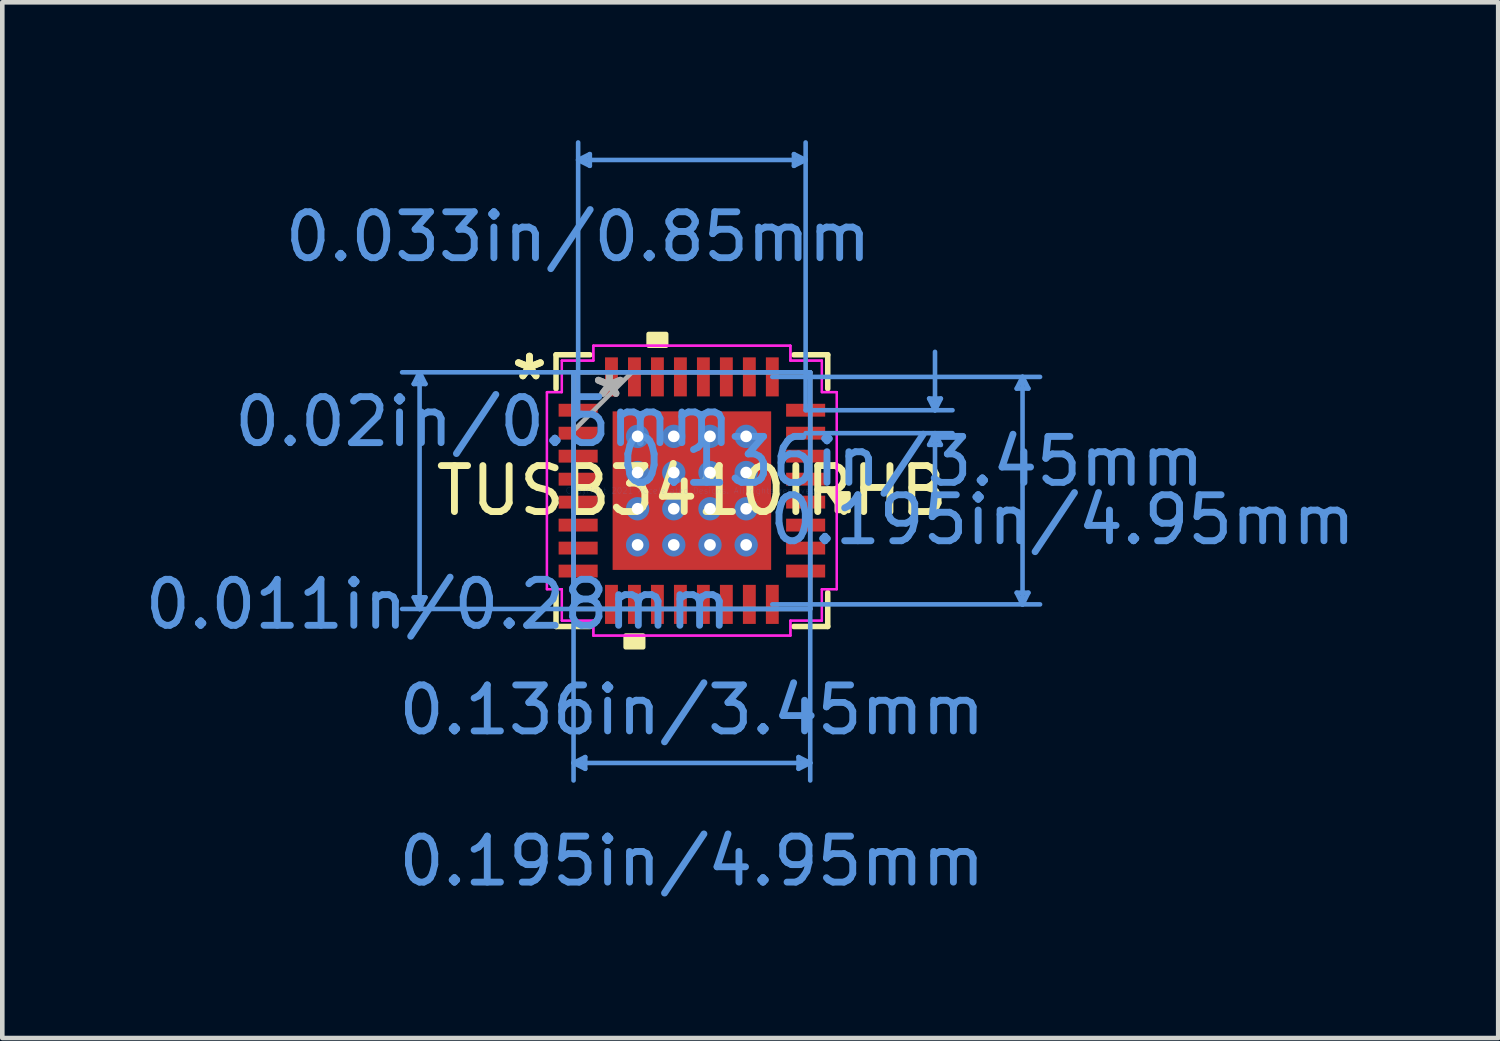
<source format=kicad_pcb>
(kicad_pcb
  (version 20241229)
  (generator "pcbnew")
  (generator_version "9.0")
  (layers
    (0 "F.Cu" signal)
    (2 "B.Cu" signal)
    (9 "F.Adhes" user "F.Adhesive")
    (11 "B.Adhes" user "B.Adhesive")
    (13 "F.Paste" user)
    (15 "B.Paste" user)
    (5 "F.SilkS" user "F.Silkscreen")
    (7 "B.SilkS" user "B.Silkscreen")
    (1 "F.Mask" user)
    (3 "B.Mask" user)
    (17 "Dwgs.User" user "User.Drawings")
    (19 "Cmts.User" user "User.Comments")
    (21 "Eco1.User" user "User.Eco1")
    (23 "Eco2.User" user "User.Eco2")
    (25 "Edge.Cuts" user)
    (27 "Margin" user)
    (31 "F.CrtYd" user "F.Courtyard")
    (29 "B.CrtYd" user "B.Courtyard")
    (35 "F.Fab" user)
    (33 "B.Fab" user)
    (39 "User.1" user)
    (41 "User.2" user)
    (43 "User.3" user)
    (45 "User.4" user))
  (footprint "TUSB3410IRHB"
    (layer "F.Cu")
    (at 12.005 7.626)
    (property "Reference" "TUSB3410IRHB" (at 0 0 0) (layer "F.SilkS") (effects (font (size 1 1) (thickness 0.15))))
    (attr through_hole)
    (fp_poly (pts (xy -1.788 -1.788) (xy -1.381 -1.788) (xy -1.381 1.788) (xy -1.788 1.788)) (stroke (width 0.1) (type solid)) (fill yes) (layer "F.Mask"))
    (fp_poly (pts (xy -1.788 -1.788) (xy 1.788 -1.788) (xy 1.788 -1.381) (xy -1.788 -1.381)) (stroke (width 0.1) (type solid)) (fill yes) (layer "F.Mask"))
    (fp_poly (pts (xy -1.788 -0.981) (xy 1.788 -0.981) (xy 1.788 -0.594) (xy -1.788 -0.594)) (stroke (width 0.1) (type solid)) (fill yes) (layer "F.Mask"))
    (fp_poly (pts (xy -1.788 -0.194) (xy 1.788 -0.194) (xy 1.788 0.194) (xy -1.788 0.194)) (stroke (width 0.1) (type solid)) (fill yes) (layer "F.Mask"))
    (fp_poly (pts (xy -1.788 0.594) (xy 1.788 0.594) (xy 1.788 0.981) (xy -1.788 0.981)) (stroke (width 0.1) (type solid)) (fill yes) (layer "F.Mask"))
    (fp_poly (pts (xy -1.788 1.381) (xy 1.788 1.381) (xy 1.788 1.788) (xy -1.788 1.788)) (stroke (width 0.1) (type solid)) (fill yes) (layer "F.Mask"))
    (fp_poly (pts (xy -0.594 -1.788) (xy -0.981 -1.788) (xy -0.981 1.788) (xy -0.594 1.788)) (stroke (width 0.1) (type solid)) (fill yes) (layer "F.Mask"))
    (fp_poly (pts (xy 0.194 -1.788) (xy -0.194 -1.788) (xy -0.194 1.788) (xy 0.194 1.788)) (stroke (width 0.1) (type solid)) (fill yes) (layer "F.Mask"))
    (fp_poly (pts (xy 0.981 -1.788) (xy 0.594 -1.788) (xy 0.594 1.788) (xy 0.981 1.788)) (stroke (width 0.1) (type solid)) (fill yes) (layer "F.Mask"))
    (fp_poly (pts (xy 1.381 -1.788) (xy 1.788 -1.788) (xy 1.788 1.788) (xy 1.381 1.788)) (stroke (width 0.1) (type solid)) (fill yes) (layer "F.Mask"))
    (fp_line (start -2.956 -2.956) (end -2.956 -2.218) (stroke (width 0.12) (type solid)) (layer "F.SilkS"))
    (fp_line (start -2.956 2.218) (end -2.956 2.956) (stroke (width 0.12) (type solid)) (layer "F.SilkS"))
    (fp_line (start -2.956 2.956) (end -2.218 2.956) (stroke (width 0.12) (type solid)) (layer "F.SilkS"))
    (fp_line (start -2.218 -2.956) (end -2.956 -2.956) (stroke (width 0.12) (type solid)) (layer "F.SilkS"))
    (fp_line (start 2.218 2.956) (end 2.956 2.956) (stroke (width 0.12) (type solid)) (layer "F.SilkS"))
    (fp_line (start 2.956 -2.956) (end 2.218 -2.956) (stroke (width 0.12) (type solid)) (layer "F.SilkS"))
    (fp_line (start 2.956 -2.218) (end 2.956 -2.956) (stroke (width 0.12) (type solid)) (layer "F.SilkS"))
    (fp_line (start 2.956 2.956) (end 2.956 2.218) (stroke (width 0.12) (type solid)) (layer "F.SilkS"))
    (fp_poly (pts (xy -1.441 3.154) (xy -1.441 3.408) (xy -1.06 3.408) (xy -1.06 3.154)) (stroke (width 0.1) (type solid)) (fill yes) (layer "F.SilkS"))
    (fp_poly (pts (xy -0.941 -3.154) (xy -0.941 -3.408) (xy -0.56 -3.408) (xy -0.56 -3.154)) (stroke (width 0.1) (type solid)) (fill yes) (layer "F.SilkS"))
    (fp_poly (pts (xy 3.408 0.059) (xy 3.408 0.441) (xy 3.154 0.441) (xy 3.154 0.059)) (stroke (width 0.1) (type solid)) (fill yes) (layer "F.SilkS"))
    (fp_poly (pts (xy -1.65 -1.65) (xy -1.65 -1.281) (xy -1.423 -1.281) (xy -1.281 -1.423) (xy -1.281 -1.65)) (stroke (width 0.1) (type solid)) (fill yes) (layer "F.Paste"))
    (fp_poly (pts (xy -1.65 1.281) (xy -1.65 1.65) (xy -1.281 1.65) (xy -1.281 1.423) (xy -1.423 1.281)) (stroke (width 0.1) (type solid)) (fill yes) (layer "F.Paste"))
    (fp_poly (pts (xy 1.281 -1.65) (xy 1.281 -1.423) (xy 1.423 -1.281) (xy 1.65 -1.281) (xy 1.65 -1.65)) (stroke (width 0.1) (type solid)) (fill yes) (layer "F.Paste"))
    (fp_poly (pts (xy 1.423 1.281) (xy 1.281 1.423) (xy 1.281 1.65) (xy 1.65 1.65) (xy 1.65 1.281)) (stroke (width 0.1) (type solid)) (fill yes) (layer "F.Paste"))
    (fp_poly (pts (xy -1.65 -1.081) (xy -1.65 -0.494) (xy -1.423 -0.494) (xy -1.281 -0.635) (xy -1.281 -0.94) (xy -1.423 -1.081)) (stroke (width 0.1) (type solid)) (fill yes) (layer "F.Paste"))
    (fp_poly (pts (xy -1.65 -0.294) (xy -1.65 0.294) (xy -1.423 0.294) (xy -1.281 0.152) (xy -1.281 -0.152) (xy -1.423 -0.294)) (stroke (width 0.1) (type solid)) (fill yes) (layer "F.Paste"))
    (fp_poly (pts (xy -1.65 0.494) (xy -1.65 1.081) (xy -1.423 1.081) (xy -1.281 0.94) (xy -1.281 0.635) (xy -1.423 0.494)) (stroke (width 0.1) (type solid)) (fill yes) (layer "F.Paste"))
    (fp_poly (pts (xy -1.081 -1.65) (xy -1.081 -1.423) (xy -0.94 -1.281) (xy -0.635 -1.281) (xy -0.494 -1.423) (xy -0.494 -1.65)) (stroke (width 0.1) (type solid)) (fill yes) (layer "F.Paste"))
    (fp_poly (pts (xy -0.94 1.281) (xy -1.081 1.423) (xy -1.081 1.65) (xy -0.494 1.65) (xy -0.494 1.423) (xy -0.635 1.281)) (stroke (width 0.1) (type solid)) (fill yes) (layer "F.Paste"))
    (fp_poly (pts (xy -0.294 -1.65) (xy -0.294 -1.423) (xy -0.152 -1.281) (xy 0.152 -1.281) (xy 0.294 -1.423) (xy 0.294 -1.65)) (stroke (width 0.1) (type solid)) (fill yes) (layer "F.Paste"))
    (fp_poly (pts (xy -0.152 1.281) (xy -0.294 1.423) (xy -0.294 1.65) (xy 0.294 1.65) (xy 0.294 1.423) (xy 0.152 1.281)) (stroke (width 0.1) (type solid)) (fill yes) (layer "F.Paste"))
    (fp_poly (pts (xy 0.494 -1.65) (xy 0.494 -1.423) (xy 0.635 -1.281) (xy 0.94 -1.281) (xy 1.081 -1.423) (xy 1.081 -1.65)) (stroke (width 0.1) (type solid)) (fill yes) (layer "F.Paste"))
    (fp_poly (pts (xy 0.635 1.281) (xy 0.494 1.423) (xy 0.494 1.65) (xy 1.081 1.65) (xy 1.081 1.423) (xy 0.94 1.281)) (stroke (width 0.1) (type solid)) (fill yes) (layer "F.Paste"))
    (fp_poly (pts (xy 1.423 -1.081) (xy 1.281 -0.94) (xy 1.281 -0.635) (xy 1.423 -0.494) (xy 1.65 -0.494) (xy 1.65 -1.081)) (stroke (width 0.1) (type solid)) (fill yes) (layer "F.Paste"))
    (fp_poly (pts (xy 1.423 -0.294) (xy 1.281 -0.152) (xy 1.281 0.152) (xy 1.423 0.294) (xy 1.65 0.294) (xy 1.65 -0.294)) (stroke (width 0.1) (type solid)) (fill yes) (layer "F.Paste"))
    (fp_poly (pts (xy 1.423 0.494) (xy 1.281 0.635) (xy 1.281 0.94) (xy 1.423 1.081) (xy 1.65 1.081) (xy 1.65 0.494)) (stroke (width 0.1) (type solid)) (fill yes) (layer "F.Paste"))
    (fp_poly (pts (xy -0.94 -1.081) (xy -1.081 -0.94) (xy -1.081 -0.635) (xy -0.94 -0.494) (xy -0.635 -0.494) (xy -0.494 -0.635) (xy -0.494 -0.94) (xy -0.635 -1.081)) (stroke (width 0.1) (type solid)) (fill yes) (layer "F.Paste"))
    (fp_poly (pts (xy -0.94 -0.294) (xy -1.081 -0.152) (xy -1.081 0.152) (xy -0.94 0.294) (xy -0.635 0.294) (xy -0.494 0.152) (xy -0.494 -0.152) (xy -0.635 -0.294)) (stroke (width 0.1) (type solid)) (fill yes) (layer "F.Paste"))
    (fp_poly (pts (xy -0.94 0.494) (xy -1.081 0.635) (xy -1.081 0.94) (xy -0.94 1.081) (xy -0.635 1.081) (xy -0.494 0.94) (xy -0.494 0.635) (xy -0.635 0.494)) (stroke (width 0.1) (type solid)) (fill yes) (layer "F.Paste"))
    (fp_poly (pts (xy -0.152 -1.081) (xy -0.294 -0.94) (xy -0.294 -0.635) (xy -0.152 -0.494) (xy 0.152 -0.494) (xy 0.294 -0.635) (xy 0.294 -0.94) (xy 0.152 -1.081)) (stroke (width 0.1) (type solid)) (fill yes) (layer "F.Paste"))
    (fp_poly (pts (xy -0.152 -0.294) (xy -0.294 -0.152) (xy -0.294 0.152) (xy -0.152 0.294) (xy 0.152 0.294) (xy 0.294 0.152) (xy 0.294 -0.152) (xy 0.152 -0.294)) (stroke (width 0.1) (type solid)) (fill yes) (layer "F.Paste"))
    (fp_poly (pts (xy -0.152 0.494) (xy -0.294 0.635) (xy -0.294 0.94) (xy -0.152 1.081) (xy 0.152 1.081) (xy 0.294 0.94) (xy 0.294 0.635) (xy 0.152 0.494)) (stroke (width 0.1) (type solid)) (fill yes) (layer "F.Paste"))
    (fp_poly (pts (xy 0.635 -1.081) (xy 0.494 -0.94) (xy 0.494 -0.635) (xy 0.635 -0.494) (xy 0.94 -0.494) (xy 1.081 -0.635) (xy 1.081 -0.94) (xy 0.94 -1.081)) (stroke (width 0.1) (type solid)) (fill yes) (layer "F.Paste"))
    (fp_poly (pts (xy 0.635 -0.294) (xy 0.494 -0.152) (xy 0.494 0.152) (xy 0.635 0.294) (xy 0.94 0.294) (xy 1.081 0.152) (xy 1.081 -0.152) (xy 0.94 -0.294)) (stroke (width 0.1) (type solid)) (fill yes) (layer "F.Paste"))
    (fp_poly (pts (xy 0.635 0.494) (xy 0.494 0.635) (xy 0.494 0.94) (xy 0.635 1.081) (xy 0.94 1.081) (xy 1.081 0.94) (xy 1.081 0.635) (xy 0.94 0.494)) (stroke (width 0.1) (type solid)) (fill yes) (layer "F.Paste"))
    (fp_line (start -6.052 -2.321) (end -5.798 -2.321) (stroke (width 0.1) (type solid)) (layer "Cmts.User"))
    (fp_line (start -6.052 2.321) (end -5.798 2.321) (stroke (width 0.1) (type solid)) (layer "Cmts.User"))
    (fp_line (start -5.925 -2.575) (end -6.052 -2.321) (stroke (width 0.1) (type solid)) (layer "Cmts.User"))
    (fp_line (start -5.925 -2.575) (end -5.925 2.575) (stroke (width 0.1) (type solid)) (layer "Cmts.User"))
    (fp_line (start -5.925 -2.575) (end -5.798 -2.321) (stroke (width 0.1) (type solid)) (layer "Cmts.User"))
    (fp_line (start -5.925 2.575) (end -6.052 2.321) (stroke (width 0.1) (type solid)) (layer "Cmts.User"))
    (fp_line (start -5.925 2.575) (end -5.798 2.321) (stroke (width 0.1) (type solid)) (layer "Cmts.User"))
    (fp_line (start -2.575 -2.575) (end -2.575 6.306) (stroke (width 0.1) (type solid)) (layer "Cmts.User"))
    (fp_line (start -2.575 5.925) (end -2.321 5.798) (stroke (width 0.1) (type solid)) (layer "Cmts.User"))
    (fp_line (start -2.575 5.925) (end -2.321 6.052) (stroke (width 0.1) (type solid)) (layer "Cmts.User"))
    (fp_line (start -2.575 5.925) (end 2.575 5.925) (stroke (width 0.1) (type solid)) (layer "Cmts.User"))
    (fp_line (start -2.475 -7.195) (end -2.221 -7.322) (stroke (width 0.1) (type solid)) (layer "Cmts.User"))
    (fp_line (start -2.475 -7.195) (end -2.221 -7.068) (stroke (width 0.1) (type solid)) (layer "Cmts.User"))
    (fp_line (start -2.475 -7.195) (end 2.475 -7.195) (stroke (width 0.1) (type solid)) (layer "Cmts.User"))
    (fp_line (start -2.475 -1.75) (end -2.475 -7.576) (stroke (width 0.1) (type solid)) (layer "Cmts.User"))
    (fp_line (start -2.321 5.798) (end -2.321 6.052) (stroke (width 0.1) (type solid)) (layer "Cmts.User"))
    (fp_line (start -2.221 -7.322) (end -2.221 -7.068) (stroke (width 0.1) (type solid)) (layer "Cmts.User"))
    (fp_line (start 1.75 -2.475) (end 7.576 -2.475) (stroke (width 0.1) (type solid)) (layer "Cmts.User"))
    (fp_line (start 1.75 2.475) (end 7.576 2.475) (stroke (width 0.1) (type solid)) (layer "Cmts.User"))
    (fp_line (start 2.221 -7.322) (end 2.221 -7.068) (stroke (width 0.1) (type solid)) (layer "Cmts.User"))
    (fp_line (start 2.321 5.798) (end 2.321 6.052) (stroke (width 0.1) (type solid)) (layer "Cmts.User"))
    (fp_line (start 2.475 -7.195) (end 2.221 -7.322) (stroke (width 0.1) (type solid)) (layer "Cmts.User"))
    (fp_line (start 2.475 -7.195) (end 2.221 -7.068) (stroke (width 0.1) (type solid)) (layer "Cmts.User"))
    (fp_line (start 2.475 -1.75) (end 2.475 -7.576) (stroke (width 0.1) (type solid)) (layer "Cmts.User"))
    (fp_line (start 2.475 -1.75) (end 5.671 -1.75) (stroke (width 0.1) (type solid)) (layer "Cmts.User"))
    (fp_line (start 2.475 -1.25) (end 5.671 -1.25) (stroke (width 0.1) (type solid)) (layer "Cmts.User"))
    (fp_line (start 2.575 -2.575) (end -6.306 -2.575) (stroke (width 0.1) (type solid)) (layer "Cmts.User"))
    (fp_line (start 2.575 -2.575) (end 2.575 6.306) (stroke (width 0.1) (type solid)) (layer "Cmts.User"))
    (fp_line (start 2.575 2.575) (end -6.306 2.575) (stroke (width 0.1) (type solid)) (layer "Cmts.User"))
    (fp_line (start 2.575 5.925) (end 2.321 5.798) (stroke (width 0.1) (type solid)) (layer "Cmts.User"))
    (fp_line (start 2.575 5.925) (end 2.321 6.052) (stroke (width 0.1) (type solid)) (layer "Cmts.User"))
    (fp_line (start 5.163 -2.004) (end 5.417 -2.004) (stroke (width 0.1) (type solid)) (layer "Cmts.User"))
    (fp_line (start 5.163 -0.996) (end 5.417 -0.996) (stroke (width 0.1) (type solid)) (layer "Cmts.User"))
    (fp_line (start 5.29 -1.75) (end 5.163 -2.004) (stroke (width 0.1) (type solid)) (layer "Cmts.User"))
    (fp_line (start 5.29 -1.75) (end 5.29 -3.02) (stroke (width 0.1) (type solid)) (layer "Cmts.User"))
    (fp_line (start 5.29 -1.75) (end 5.417 -2.004) (stroke (width 0.1) (type solid)) (layer "Cmts.User"))
    (fp_line (start 5.29 -1.25) (end 5.163 -0.996) (stroke (width 0.1) (type solid)) (layer "Cmts.User"))
    (fp_line (start 5.29 -1.25) (end 5.29 0.02) (stroke (width 0.1) (type solid)) (layer "Cmts.User"))
    (fp_line (start 5.29 -1.25) (end 5.417 -0.996) (stroke (width 0.1) (type solid)) (layer "Cmts.User"))
    (fp_line (start 7.068 -2.221) (end 7.322 -2.221) (stroke (width 0.1) (type solid)) (layer "Cmts.User"))
    (fp_line (start 7.068 2.221) (end 7.322 2.221) (stroke (width 0.1) (type solid)) (layer "Cmts.User"))
    (fp_line (start 7.195 -2.475) (end 7.068 -2.221) (stroke (width 0.1) (type solid)) (layer "Cmts.User"))
    (fp_line (start 7.195 -2.475) (end 7.195 2.475) (stroke (width 0.1) (type solid)) (layer "Cmts.User"))
    (fp_line (start 7.195 -2.475) (end 7.322 -2.221) (stroke (width 0.1) (type solid)) (layer "Cmts.User"))
    (fp_line (start 7.195 2.475) (end 7.068 2.221) (stroke (width 0.1) (type solid)) (layer "Cmts.User"))
    (fp_line (start 7.195 2.475) (end 7.322 2.221) (stroke (width 0.1) (type solid)) (layer "Cmts.User"))
    (fp_line (start -3.154 -2.144) (end -2.829 -2.144) (stroke (width 0.05) (type solid)) (layer "F.CrtYd"))
    (fp_line (start -3.154 -2.144) (end -2.829 -2.144) (stroke (width 0.05) (type solid)) (layer "F.CrtYd"))
    (fp_line (start -3.154 2.144) (end -3.154 -2.144) (stroke (width 0.05) (type solid)) (layer "F.CrtYd"))
    (fp_line (start -3.154 2.144) (end -3.154 -2.144) (stroke (width 0.05) (type solid)) (layer "F.CrtYd"))
    (fp_line (start -2.829 -2.829) (end -2.144 -2.829) (stroke (width 0.05) (type solid)) (layer "F.CrtYd"))
    (fp_line (start -2.829 -2.829) (end -2.144 -2.829) (stroke (width 0.05) (type solid)) (layer "F.CrtYd"))
    (fp_line (start -2.829 -2.144) (end -2.829 -2.829) (stroke (width 0.05) (type solid)) (layer "F.CrtYd"))
    (fp_line (start -2.829 -2.144) (end -2.829 -2.829) (stroke (width 0.05) (type solid)) (layer "F.CrtYd"))
    (fp_line (start -2.829 2.144) (end -3.154 2.144) (stroke (width 0.05) (type solid)) (layer "F.CrtYd"))
    (fp_line (start -2.829 2.144) (end -3.154 2.144) (stroke (width 0.05) (type solid)) (layer "F.CrtYd"))
    (fp_line (start -2.829 2.829) (end -2.829 2.144) (stroke (width 0.05) (type solid)) (layer "F.CrtYd"))
    (fp_line (start -2.829 2.829) (end -2.829 2.144) (stroke (width 0.05) (type solid)) (layer "F.CrtYd"))
    (fp_line (start -2.144 -3.154) (end 2.144 -3.154) (stroke (width 0.05) (type solid)) (layer "F.CrtYd"))
    (fp_line (start -2.144 -3.154) (end 2.144 -3.154) (stroke (width 0.05) (type solid)) (layer "F.CrtYd"))
    (fp_line (start -2.144 -2.829) (end -2.144 -3.154) (stroke (width 0.05) (type solid)) (layer "F.CrtYd"))
    (fp_line (start -2.144 -2.829) (end -2.144 -3.154) (stroke (width 0.05) (type solid)) (layer "F.CrtYd"))
    (fp_line (start -2.144 2.829) (end -2.829 2.829) (stroke (width 0.05) (type solid)) (layer "F.CrtYd"))
    (fp_line (start -2.144 2.829) (end -2.829 2.829) (stroke (width 0.05) (type solid)) (layer "F.CrtYd"))
    (fp_line (start -2.144 3.154) (end -2.144 2.829) (stroke (width 0.05) (type solid)) (layer "F.CrtYd"))
    (fp_line (start -2.144 3.154) (end -2.144 2.829) (stroke (width 0.05) (type solid)) (layer "F.CrtYd"))
    (fp_line (start 2.144 -3.154) (end 2.144 -2.829) (stroke (width 0.05) (type solid)) (layer "F.CrtYd"))
    (fp_line (start 2.144 -3.154) (end 2.144 -2.829) (stroke (width 0.05) (type solid)) (layer "F.CrtYd"))
    (fp_line (start 2.144 -2.829) (end 2.829 -2.829) (stroke (width 0.05) (type solid)) (layer "F.CrtYd"))
    (fp_line (start 2.144 -2.829) (end 2.829 -2.829) (stroke (width 0.05) (type solid)) (layer "F.CrtYd"))
    (fp_line (start 2.144 2.829) (end 2.144 3.154) (stroke (width 0.05) (type solid)) (layer "F.CrtYd"))
    (fp_line (start 2.144 2.829) (end 2.144 3.154) (stroke (width 0.05) (type solid)) (layer "F.CrtYd"))
    (fp_line (start 2.144 3.154) (end -2.144 3.154) (stroke (width 0.05) (type solid)) (layer "F.CrtYd"))
    (fp_line (start 2.144 3.154) (end -2.144 3.154) (stroke (width 0.05) (type solid)) (layer "F.CrtYd"))
    (fp_line (start 2.829 -2.829) (end 2.829 -2.144) (stroke (width 0.05) (type solid)) (layer "F.CrtYd"))
    (fp_line (start 2.829 -2.829) (end 2.829 -2.144) (stroke (width 0.05) (type solid)) (layer "F.CrtYd"))
    (fp_line (start 2.829 -2.144) (end 3.154 -2.144) (stroke (width 0.05) (type solid)) (layer "F.CrtYd"))
    (fp_line (start 2.829 -2.144) (end 3.154 -2.144) (stroke (width 0.05) (type solid)) (layer "F.CrtYd"))
    (fp_line (start 2.829 2.144) (end 2.829 2.829) (stroke (width 0.05) (type solid)) (layer "F.CrtYd"))
    (fp_line (start 2.829 2.144) (end 2.829 2.829) (stroke (width 0.05) (type solid)) (layer "F.CrtYd"))
    (fp_line (start 2.829 2.829) (end 2.144 2.829) (stroke (width 0.05) (type solid)) (layer "F.CrtYd"))
    (fp_line (start 2.829 2.829) (end 2.144 2.829) (stroke (width 0.05) (type solid)) (layer "F.CrtYd"))
    (fp_line (start 3.154 -2.144) (end 3.154 2.144) (stroke (width 0.05) (type solid)) (layer "F.CrtYd"))
    (fp_line (start 3.154 -2.144) (end 3.154 2.144) (stroke (width 0.05) (type solid)) (layer "F.CrtYd"))
    (fp_line (start 3.154 2.144) (end 2.829 2.144) (stroke (width 0.05) (type solid)) (layer "F.CrtYd"))
    (fp_line (start 3.154 2.144) (end 2.829 2.144) (stroke (width 0.05) (type solid)) (layer "F.CrtYd"))
    (fp_line (start -2.575 -2.575) (end -2.575 2.575) (stroke (width 0.1) (type solid)) (layer "F.Fab"))
    (fp_line (start -2.575 -1.305) (end -1.305 -2.575) (stroke (width 0.1) (type solid)) (layer "F.Fab"))
    (fp_line (start -2.575 2.575) (end 2.575 2.575) (stroke (width 0.1) (type solid)) (layer "F.Fab"))
    (fp_line (start 2.575 -2.575) (end -2.575 -2.575) (stroke (width 0.1) (type solid)) (layer "F.Fab"))
    (fp_line (start 2.575 2.575) (end 2.575 -2.575) (stroke (width 0.1) (type solid)) (layer "F.Fab"))
    (fp_text user "*" (at -3.535 -2.381 0) (layer "F.SilkS") (effects (font (size 1 1) (thickness 0.15))))
    (fp_text user "*" (at -3.535 -2.381 0) (layer "F.SilkS") (effects (font (size 1 1) (thickness 0.15))))
    (fp_text user "0.195in/4.95mm" (at 0 8.063 0) (layer "Cmts.User") (effects (font (size 1 1) (thickness 0.15))))
    (fp_text user "0.136in/3.45mm" (at 4.773 -0.635 0) (layer "Cmts.User") (effects (font (size 1 1) (thickness 0.15))))
    (fp_text user "0.195in/4.95mm" (at 8.063 0.635 0) (layer "Cmts.User") (effects (font (size 1 1) (thickness 0.15))))
    (fp_text user "0.136in/3.45mm" (at 0 4.773 0) (layer "Cmts.User") (effects (font (size 1 1) (thickness 0.15))))
    (fp_text user "0.011in/0.28mm" (at -5.523 2.475 0) (layer "Cmts.User") (effects (font (size 1 1) (thickness 0.15))))
    (fp_text user "0.02in/0.5mm" (at -4.528 -1.5 0) (layer "Cmts.User") (effects (font (size 1 1) (thickness 0.15))))
    (fp_text user "Copyright 2021 Accelerated Designs. All rights reserved." (at 0 0 0) (layer "Cmts.User") (effects (font (size 0.127 0.127) (thickness 0.002))))
    (fp_text user "0.033in/0.85mm" (at -2.475 -5.523 0) (layer "Cmts.User") (effects (font (size 1 1) (thickness 0.15))))
    (fp_text user "*" (at -1.796 -2 0) (layer "F.Fab") (effects (font (size 1 1) (thickness 0.15))))
    (fp_text user "*" (at -1.796 -2 0) (layer "F.Fab") (effects (font (size 1 1) (thickness 0.15))))
    (pad "1" smd rect (at -2.475 -1.75 90) (size 0.28 0.85) (layers "F.Cu" "F.Mask" "F.Paste"))
    (pad "2" smd rect (at -2.475 -1.25 90) (size 0.28 0.85) (layers "F.Cu" "F.Mask" "F.Paste"))
    (pad "3" smd rect (at -2.475 -0.75 90) (size 0.28 0.85) (layers "F.Cu" "F.Mask" "F.Paste"))
    (pad "4" smd rect (at -2.475 -0.25 90) (size 0.28 0.85) (layers "F.Cu" "F.Mask" "F.Paste"))
    (pad "5" smd rect (at -2.475 0.25 90) (size 0.28 0.85) (layers "F.Cu" "F.Mask" "F.Paste"))
    (pad "6" smd rect (at -2.475 0.75 90) (size 0.28 0.85) (layers "F.Cu" "F.Mask" "F.Paste"))
    (pad "7" smd rect (at -2.475 1.25 90) (size 0.28 0.85) (layers "F.Cu" "F.Mask" "F.Paste"))
    (pad "8" smd rect (at -2.475 1.75 90) (size 0.28 0.85) (layers "F.Cu" "F.Mask" "F.Paste"))
    (pad "9" smd rect (at -1.75 2.475) (size 0.28 0.85) (layers "F.Cu" "F.Mask" "F.Paste"))
    (pad "10" smd rect (at -1.25 2.475) (size 0.28 0.85) (layers "F.Cu" "F.Mask" "F.Paste"))
    (pad "11" smd rect (at -0.75 2.475) (size 0.28 0.85) (layers "F.Cu" "F.Mask" "F.Paste"))
    (pad "12" smd rect (at -0.25 2.475) (size 0.28 0.85) (layers "F.Cu" "F.Mask" "F.Paste"))
    (pad "13" smd rect (at 0.25 2.475) (size 0.28 0.85) (layers "F.Cu" "F.Mask" "F.Paste"))
    (pad "14" smd rect (at 0.75 2.475) (size 0.28 0.85) (layers "F.Cu" "F.Mask" "F.Paste"))
    (pad "15" smd rect (at 1.25 2.475) (size 0.28 0.85) (layers "F.Cu" "F.Mask" "F.Paste"))
    (pad "16" smd rect (at 1.75 2.475) (size 0.28 0.85) (layers "F.Cu" "F.Mask" "F.Paste"))
    (pad "17" smd rect (at 2.475 1.75 90) (size 0.28 0.85) (layers "F.Cu" "F.Mask" "F.Paste"))
    (pad "18" smd rect (at 2.475 1.25 90) (size 0.28 0.85) (layers "F.Cu" "F.Mask" "F.Paste"))
    (pad "19" smd rect (at 2.475 0.75 90) (size 0.28 0.85) (layers "F.Cu" "F.Mask" "F.Paste"))
    (pad "20" smd rect (at 2.475 0.25 90) (size 0.28 0.85) (layers "F.Cu" "F.Mask" "F.Paste"))
    (pad "21" smd rect (at 2.475 -0.25 90) (size 0.28 0.85) (layers "F.Cu" "F.Mask" "F.Paste"))
    (pad "22" smd rect (at 2.475 -0.75 90) (size 0.28 0.85) (layers "F.Cu" "F.Mask" "F.Paste"))
    (pad "23" smd rect (at 2.475 -1.25 90) (size 0.28 0.85) (layers "F.Cu" "F.Mask" "F.Paste"))
    (pad "24" smd rect (at 2.475 -1.75 90) (size 0.28 0.85) (layers "F.Cu" "F.Mask" "F.Paste"))
    (pad "25" smd rect (at 1.75 -2.475) (size 0.28 0.85) (layers "F.Cu" "F.Mask" "F.Paste"))
    (pad "26" smd rect (at 1.25 -2.475) (size 0.28 0.85) (layers "F.Cu" "F.Mask" "F.Paste"))
    (pad "27" smd rect (at 0.75 -2.475) (size 0.28 0.85) (layers "F.Cu" "F.Mask" "F.Paste"))
    (pad "28" smd rect (at 0.25 -2.475) (size 0.28 0.85) (layers "F.Cu" "F.Mask" "F.Paste"))
    (pad "29" smd rect (at -0.25 -2.475) (size 0.28 0.85) (layers "F.Cu" "F.Mask" "F.Paste"))
    (pad "30" smd rect (at -0.75 -2.475) (size 0.28 0.85) (layers "F.Cu" "F.Mask" "F.Paste"))
    (pad "31" smd rect (at -1.25 -2.475) (size 0.28 0.85) (layers "F.Cu" "F.Mask" "F.Paste"))
    (pad "32" smd rect (at -1.75 -2.475) (size 0.28 0.85) (layers "F.Cu" "F.Mask" "F.Paste"))
    (pad "33" smd rect (at 0 0) (size 3.45 3.45) (layers "F.Cu"))
    (pad "V" thru_hole circle (at -1.181 -1.181) (size 0.508 0.508) (drill 0.254) (layers "*.Cu" "*.Mask"))
    (pad "V" thru_hole circle (at -1.181 -0.394) (size 0.508 0.508) (drill 0.254) (layers "*.Cu" "*.Mask"))
    (pad "V" thru_hole circle (at -1.181 0.394) (size 0.508 0.508) (drill 0.254) (layers "*.Cu" "*.Mask"))
    (pad "V" thru_hole circle (at -1.181 1.181) (size 0.508 0.508) (drill 0.254) (layers "*.Cu" "*.Mask"))
    (pad "V" thru_hole circle (at -0.394 -1.181) (size 0.508 0.508) (drill 0.254) (layers "*.Cu" "*.Mask"))
    (pad "V" thru_hole circle (at -0.394 -0.394) (size 0.508 0.508) (drill 0.254) (layers "*.Cu" "*.Mask"))
    (pad "V" thru_hole circle (at -0.394 0.394) (size 0.508 0.508) (drill 0.254) (layers "*.Cu" "*.Mask"))
    (pad "V" thru_hole circle (at -0.394 1.181) (size 0.508 0.508) (drill 0.254) (layers "*.Cu" "*.Mask"))
    (pad "V" thru_hole circle (at 0.394 -1.181) (size 0.508 0.508) (drill 0.254) (layers "*.Cu" "*.Mask"))
    (pad "V" thru_hole circle (at 0.394 -0.394) (size 0.508 0.508) (drill 0.254) (layers "*.Cu" "*.Mask"))
    (pad "V" thru_hole circle (at 0.394 0.394) (size 0.508 0.508) (drill 0.254) (layers "*.Cu" "*.Mask"))
    (pad "V" thru_hole circle (at 0.394 1.181) (size 0.508 0.508) (drill 0.254) (layers "*.Cu" "*.Mask"))
    (pad "V" thru_hole circle (at 1.181 -1.181) (size 0.508 0.508) (drill 0.254) (layers "*.Cu" "*.Mask"))
    (pad "V" thru_hole circle (at 1.181 -0.394) (size 0.508 0.508) (drill 0.254) (layers "*.Cu" "*.Mask"))
    (pad "V" thru_hole circle (at 1.181 0.394) (size 0.508 0.508) (drill 0.254) (layers "*.Cu" "*.Mask"))
    (pad "V" thru_hole circle (at 1.181 1.181) (size 0.508 0.508) (drill 0.254) (layers "*.Cu" "*.Mask")))
  (gr_rect
    (start -3 -3)
    (end 29.55 19.537)
    (stroke (width 0.1) (type default))
    (fill no)
    (layer "Edge.Cuts")))
</source>
